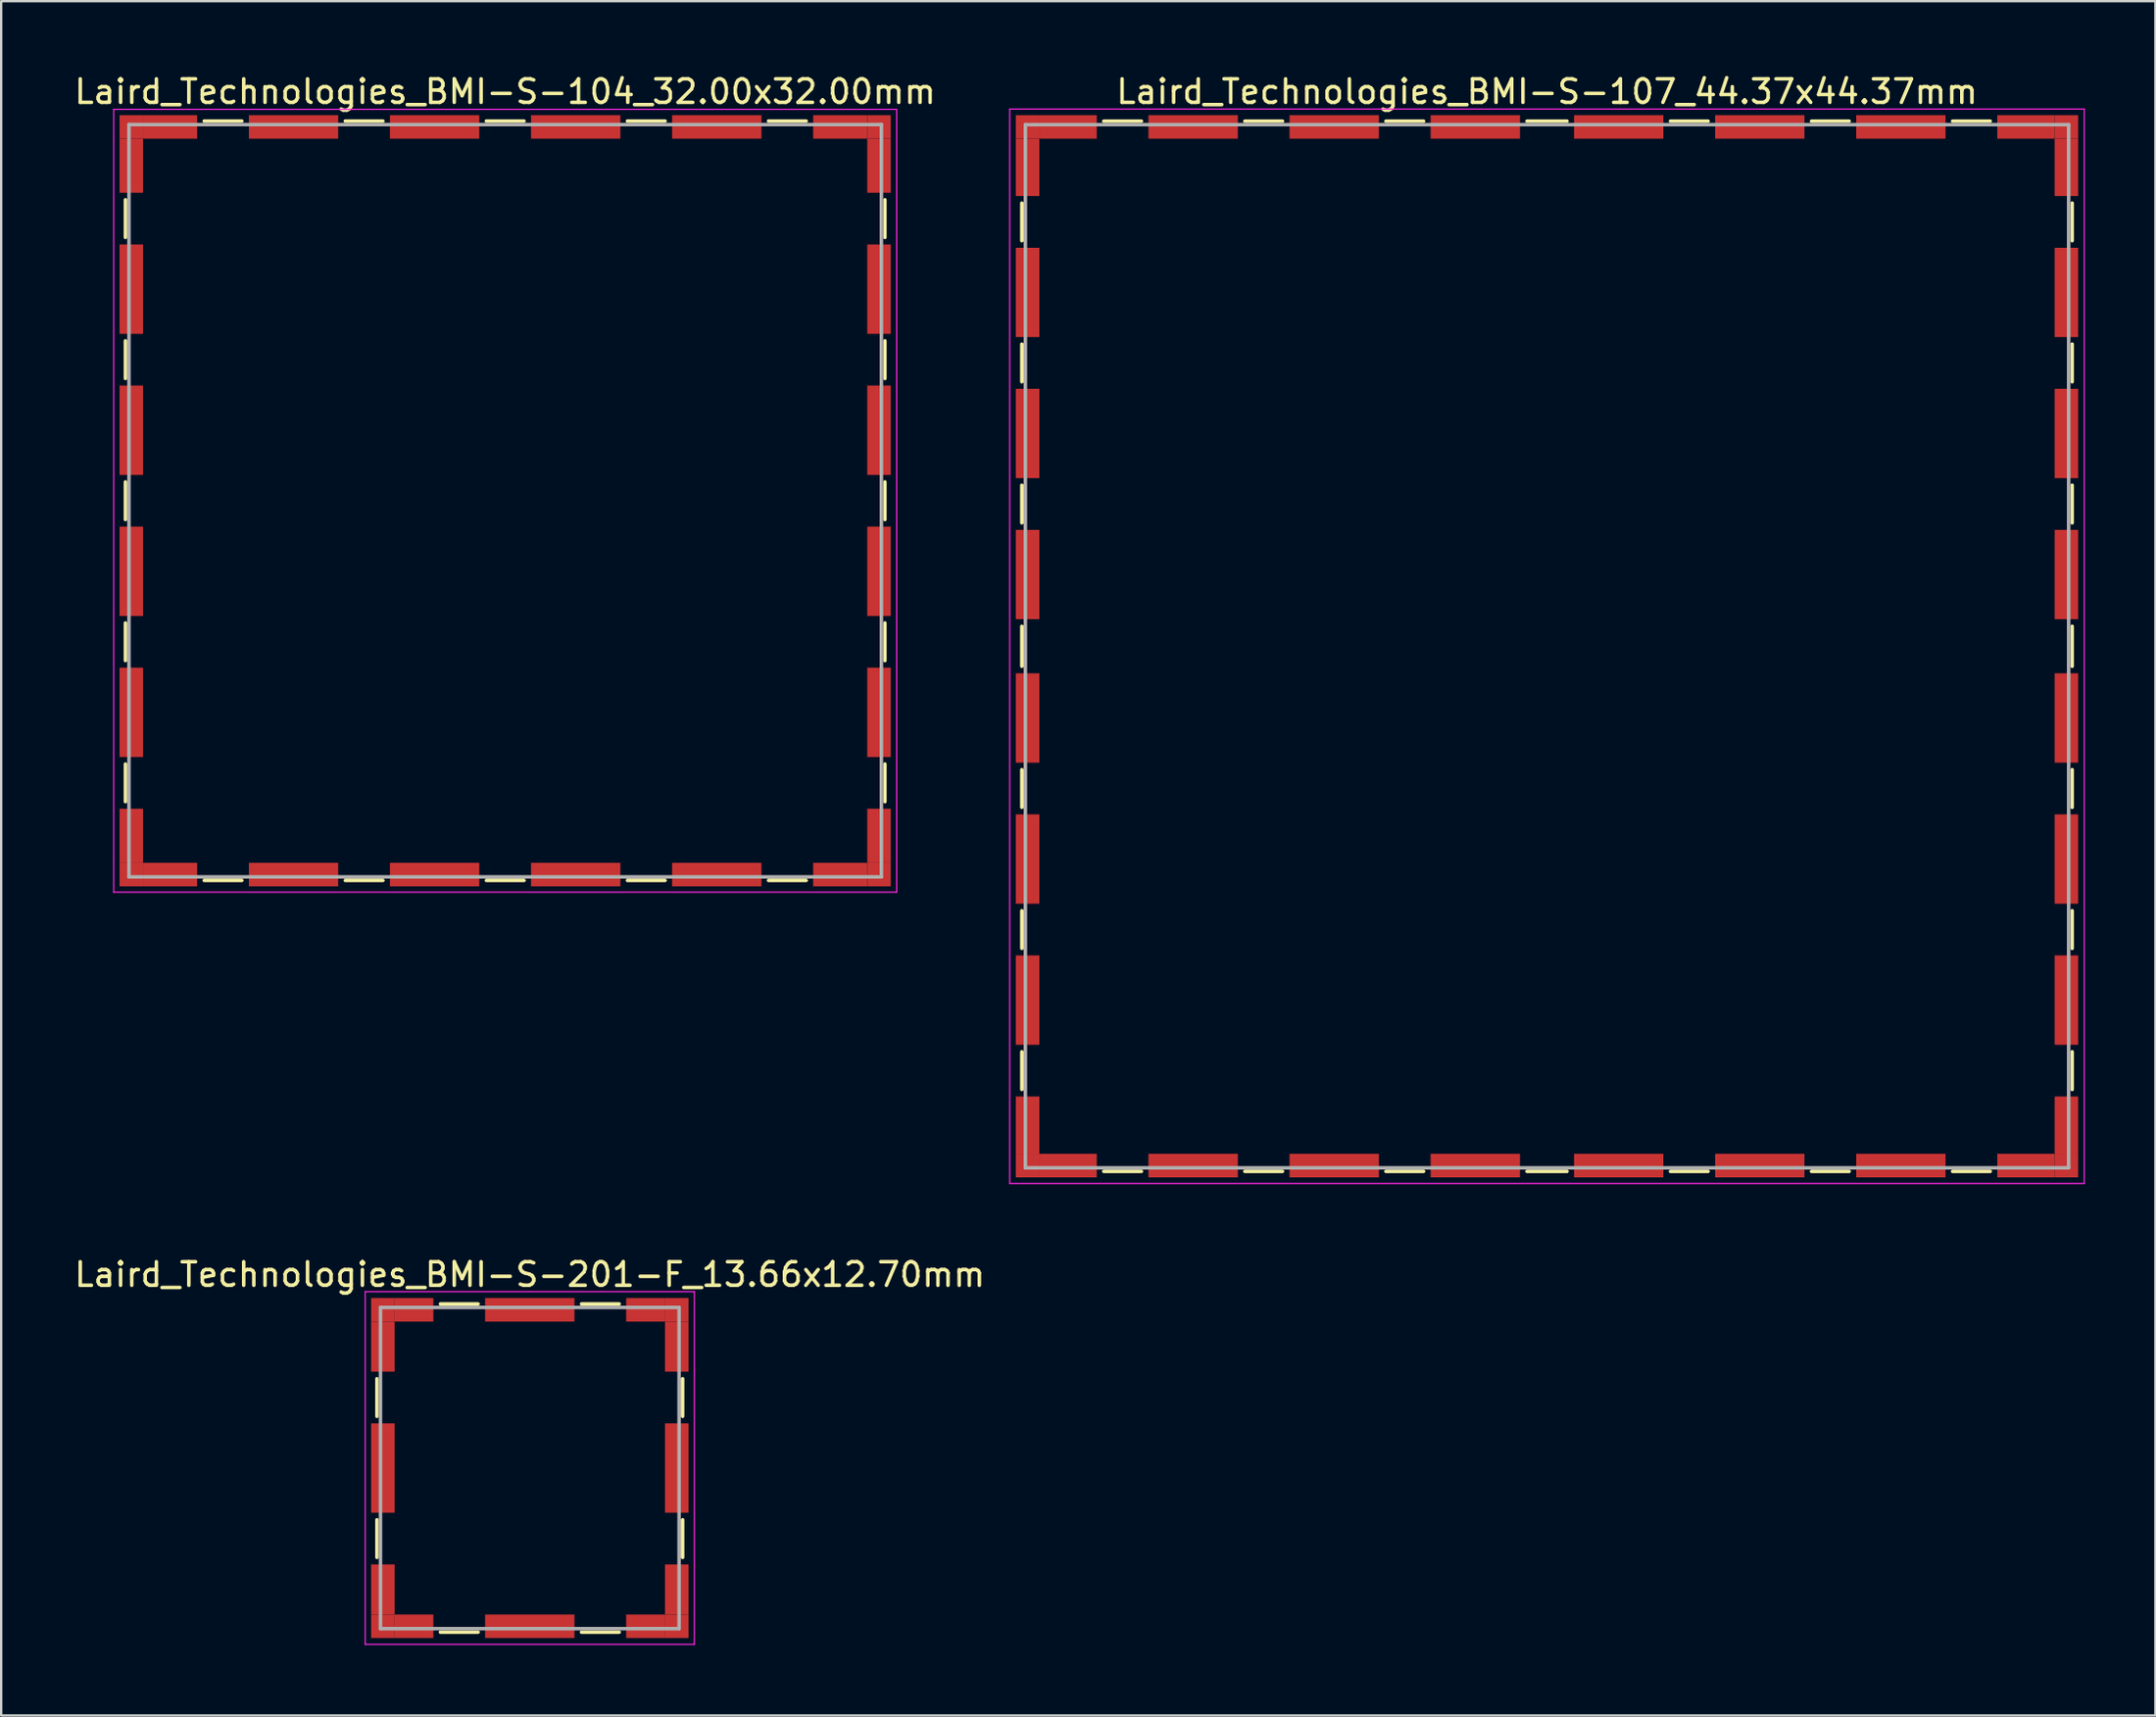
<source format=kicad_pcb>
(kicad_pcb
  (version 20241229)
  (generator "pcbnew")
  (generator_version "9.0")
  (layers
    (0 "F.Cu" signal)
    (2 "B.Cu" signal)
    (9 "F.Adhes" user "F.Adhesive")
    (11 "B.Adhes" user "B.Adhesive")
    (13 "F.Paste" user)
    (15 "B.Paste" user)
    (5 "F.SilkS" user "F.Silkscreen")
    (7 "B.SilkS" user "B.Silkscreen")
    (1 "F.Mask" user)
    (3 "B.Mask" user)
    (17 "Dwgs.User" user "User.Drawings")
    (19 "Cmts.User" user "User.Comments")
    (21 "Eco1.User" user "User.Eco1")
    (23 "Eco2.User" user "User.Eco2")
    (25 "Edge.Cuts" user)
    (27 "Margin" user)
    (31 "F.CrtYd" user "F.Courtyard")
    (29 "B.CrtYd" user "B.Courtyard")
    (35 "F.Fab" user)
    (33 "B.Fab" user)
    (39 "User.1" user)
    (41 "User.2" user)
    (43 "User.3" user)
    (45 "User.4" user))
  (footprint "Laird_Technologies_BMI-S-201-F_13.66x12.70mm"
    (layer "F.Cu")
    (at 19.482 59.392)
    (property "Reference" "Laird_Technologies_BMI-S-201-F_13.66x12.70mm" (at 0 -8.23 0) (layer "F.SilkS") (effects (font (size 1 1) (thickness 0.15))))
    (attr smd)
    (fp_line (start -6.5 -3.8) (end -6.5 -2.2) (stroke (width 0.15) (type solid)) (layer "F.SilkS"))
    (fp_line (start -6.5 2.2) (end -6.5 3.8) (stroke (width 0.15) (type solid)) (layer "F.SilkS"))
    (fp_line (start -3.8 -6.98) (end -2.2 -6.98) (stroke (width 0.15) (type solid)) (layer "F.SilkS"))
    (fp_line (start -3.8 6.98) (end -2.2 6.98) (stroke (width 0.15) (type solid)) (layer "F.SilkS"))
    (fp_line (start 2.2 -6.98) (end 3.8 -6.98) (stroke (width 0.15) (type solid)) (layer "F.SilkS"))
    (fp_line (start 2.2 6.98) (end 3.8 6.98) (stroke (width 0.15) (type solid)) (layer "F.SilkS"))
    (fp_line (start 6.5 -3.8) (end 6.5 -2.2) (stroke (width 0.15) (type solid)) (layer "F.SilkS"))
    (fp_line (start 6.5 2.2) (end 6.5 3.8) (stroke (width 0.15) (type solid)) (layer "F.SilkS"))
    (fp_line (start -7 -7.5) (end -7 7.5) (stroke (width 0.05) (type solid)) (layer "F.CrtYd"))
    (fp_line (start -7 7.5) (end 7 7.5) (stroke (width 0.05) (type solid)) (layer "F.CrtYd"))
    (fp_line (start 7 -7.5) (end -7 -7.5) (stroke (width 0.05) (type solid)) (layer "F.CrtYd"))
    (fp_line (start 7 7.5) (end 7 -7.5) (stroke (width 0.05) (type solid)) (layer "F.CrtYd"))
    (fp_line (start -6.35 -6.83) (end -6.35 6.83) (stroke (width 0.15) (type solid)) (layer "F.Fab"))
    (fp_line (start -6.35 6.83) (end 6.35 6.83) (stroke (width 0.15) (type solid)) (layer "F.Fab"))
    (fp_line (start 6.35 -6.83) (end -6.35 -6.83) (stroke (width 0.15) (type solid)) (layer "F.Fab"))
    (fp_line (start 6.35 6.83) (end 6.35 -6.83) (stroke (width 0.15) (type solid)) (layer "F.Fab"))
    (pad "1" smd rect (at -6.25 -6.73) (size 1 1) (layers "F.Cu" "F.Mask"))
    (pad "1" smd rect (at -6.25 -5.165) (size 1 2.13) (layers "F.Cu" "F.Mask"))
    (pad "1" smd rect (at -6.25 0) (size 1 3.8) (layers "F.Cu" "F.Mask"))
    (pad "1" smd rect (at -6.25 5.165) (size 1 2.13) (layers "F.Cu" "F.Mask"))
    (pad "1" smd rect (at -6.25 6.73) (size 1 1) (layers "F.Cu" "F.Mask"))
    (pad "1" smd rect (at -4.925 -6.73) (size 1.65 1) (layers "F.Cu" "F.Mask"))
    (pad "1" smd rect (at -4.925 6.73) (size 1.65 1) (layers "F.Cu" "F.Mask"))
    (pad "1" smd rect (at 0 -6.73) (size 3.8 1) (layers "F.Cu" "F.Mask"))
    (pad "1" smd rect (at 0 6.73) (size 3.8 1) (layers "F.Cu" "F.Mask"))
    (pad "1" smd rect (at 4.925 -6.73) (size 1.65 1) (layers "F.Cu" "F.Mask"))
    (pad "1" smd rect (at 4.925 6.73) (size 1.65 1) (layers "F.Cu" "F.Mask"))
    (pad "1" smd rect (at 6.25 -6.73) (size 1 1) (layers "F.Cu" "F.Mask"))
    (pad "1" smd rect (at 6.25 -5.165) (size 1 2.13) (layers "F.Cu" "F.Mask"))
    (pad "1" smd rect (at 6.25 0) (size 1 3.8) (layers "F.Cu" "F.Mask"))
    (pad "1" smd rect (at 6.25 5.165) (size 1 2.13) (layers "F.Cu" "F.Mask"))
    (pad "1" smd rect (at 6.25 6.73) (size 1 1) (layers "F.Cu" "F.Mask")))
  (footprint "Laird_Technologies_BMI-S-104_32.00x32.00mm"
    (layer "F.Cu")
    (at 18.435 18.248)
    (property "Reference" "Laird_Technologies_BMI-S-104_32.00x32.00mm" (at 0 -17.4 0) (layer "F.SilkS") (effects (font (size 1 1) (thickness 0.15))))
    (attr smd)
    (fp_line (start -16.15 -12.8) (end -16.15 -11.2) (stroke (width 0.15) (type solid)) (layer "F.SilkS"))
    (fp_line (start -16.15 -6.8) (end -16.15 -5.2) (stroke (width 0.15) (type solid)) (layer "F.SilkS"))
    (fp_line (start -16.15 -0.8) (end -16.15 0.8) (stroke (width 0.15) (type solid)) (layer "F.SilkS"))
    (fp_line (start -16.15 5.2) (end -16.15 6.8) (stroke (width 0.15) (type solid)) (layer "F.SilkS"))
    (fp_line (start -16.15 11.2) (end -16.15 12.8) (stroke (width 0.15) (type solid)) (layer "F.SilkS"))
    (fp_line (start -12.8 -16.15) (end -11.2 -16.15) (stroke (width 0.15) (type solid)) (layer "F.SilkS"))
    (fp_line (start -12.8 16.15) (end -11.2 16.15) (stroke (width 0.15) (type solid)) (layer "F.SilkS"))
    (fp_line (start -6.8 -16.15) (end -5.2 -16.15) (stroke (width 0.15) (type solid)) (layer "F.SilkS"))
    (fp_line (start -6.8 16.15) (end -5.2 16.15) (stroke (width 0.15) (type solid)) (layer "F.SilkS"))
    (fp_line (start -0.8 -16.15) (end 0.8 -16.15) (stroke (width 0.15) (type solid)) (layer "F.SilkS"))
    (fp_line (start -0.8 16.15) (end 0.8 16.15) (stroke (width 0.15) (type solid)) (layer "F.SilkS"))
    (fp_line (start 5.2 -16.15) (end 6.8 -16.15) (stroke (width 0.15) (type solid)) (layer "F.SilkS"))
    (fp_line (start 5.2 16.15) (end 6.8 16.15) (stroke (width 0.15) (type solid)) (layer "F.SilkS"))
    (fp_line (start 11.2 -16.15) (end 12.8 -16.15) (stroke (width 0.15) (type solid)) (layer "F.SilkS"))
    (fp_line (start 11.2 16.15) (end 12.8 16.15) (stroke (width 0.15) (type solid)) (layer "F.SilkS"))
    (fp_line (start 16.15 -12.8) (end 16.15 -11.2) (stroke (width 0.15) (type solid)) (layer "F.SilkS"))
    (fp_line (start 16.15 -6.8) (end 16.15 -5.2) (stroke (width 0.15) (type solid)) (layer "F.SilkS"))
    (fp_line (start 16.15 -0.8) (end 16.15 0.8) (stroke (width 0.15) (type solid)) (layer "F.SilkS"))
    (fp_line (start 16.15 5.2) (end 16.15 6.8) (stroke (width 0.15) (type solid)) (layer "F.SilkS"))
    (fp_line (start 16.15 11.2) (end 16.15 12.8) (stroke (width 0.15) (type solid)) (layer "F.SilkS"))
    (fp_line (start -16.65 -16.65) (end -16.65 16.65) (stroke (width 0.05) (type solid)) (layer "F.CrtYd"))
    (fp_line (start -16.65 16.65) (end 16.65 16.65) (stroke (width 0.05) (type solid)) (layer "F.CrtYd"))
    (fp_line (start 16.65 -16.65) (end -16.65 -16.65) (stroke (width 0.05) (type solid)) (layer "F.CrtYd"))
    (fp_line (start 16.65 16.65) (end 16.65 -16.65) (stroke (width 0.05) (type solid)) (layer "F.CrtYd"))
    (fp_line (start -16 -16) (end -16 16) (stroke (width 0.15) (type solid)) (layer "F.Fab"))
    (fp_line (start -16 16) (end 16 16) (stroke (width 0.15) (type solid)) (layer "F.Fab"))
    (fp_line (start 16 -16) (end -16 -16) (stroke (width 0.15) (type solid)) (layer "F.Fab"))
    (fp_line (start 16 16) (end 16 -16) (stroke (width 0.15) (type solid)) (layer "F.Fab"))
    (pad "1" smd rect (at -15.9 -15.9) (size 1 1) (layers "F.Cu" "F.Mask"))
    (pad "1" smd rect (at -15.9 -14.25) (size 1 2.3) (layers "F.Cu" "F.Mask"))
    (pad "1" smd rect (at -15.9 -9) (size 1 3.8) (layers "F.Cu" "F.Mask"))
    (pad "1" smd rect (at -15.9 -3) (size 1 3.8) (layers "F.Cu" "F.Mask"))
    (pad "1" smd rect (at -15.9 3) (size 1 3.8) (layers "F.Cu" "F.Mask"))
    (pad "1" smd rect (at -15.9 9) (size 1 3.8) (layers "F.Cu" "F.Mask"))
    (pad "1" smd rect (at -15.9 14.25) (size 1 2.3) (layers "F.Cu" "F.Mask"))
    (pad "1" smd rect (at -15.9 15.9) (size 1 1) (layers "F.Cu" "F.Mask"))
    (pad "1" smd rect (at -14.25 -15.9) (size 2.3 1) (layers "F.Cu" "F.Mask"))
    (pad "1" smd rect (at -14.25 15.9) (size 2.3 1) (layers "F.Cu" "F.Mask"))
    (pad "1" smd rect (at -9 -15.9) (size 3.8 1) (layers "F.Cu" "F.Mask"))
    (pad "1" smd rect (at -9 15.9) (size 3.8 1) (layers "F.Cu" "F.Mask"))
    (pad "1" smd rect (at -3 -15.9) (size 3.8 1) (layers "F.Cu" "F.Mask"))
    (pad "1" smd rect (at -3 15.9) (size 3.8 1) (layers "F.Cu" "F.Mask"))
    (pad "1" smd rect (at 3 -15.9) (size 3.8 1) (layers "F.Cu" "F.Mask"))
    (pad "1" smd rect (at 3 15.9) (size 3.8 1) (layers "F.Cu" "F.Mask"))
    (pad "1" smd rect (at 9 -15.9) (size 3.8 1) (layers "F.Cu" "F.Mask"))
    (pad "1" smd rect (at 9 15.9) (size 3.8 1) (layers "F.Cu" "F.Mask"))
    (pad "1" smd rect (at 14.25 -15.9) (size 2.3 1) (layers "F.Cu" "F.Mask"))
    (pad "1" smd rect (at 14.25 15.9) (size 2.3 1) (layers "F.Cu" "F.Mask"))
    (pad "1" smd rect (at 15.9 -15.9) (size 1 1) (layers "F.Cu" "F.Mask"))
    (pad "1" smd rect (at 15.9 -14.25) (size 1 2.3) (layers "F.Cu" "F.Mask"))
    (pad "1" smd rect (at 15.9 -9) (size 1 3.8) (layers "F.Cu" "F.Mask"))
    (pad "1" smd rect (at 15.9 -3) (size 1 3.8) (layers "F.Cu" "F.Mask"))
    (pad "1" smd rect (at 15.9 3) (size 1 3.8) (layers "F.Cu" "F.Mask"))
    (pad "1" smd rect (at 15.9 9) (size 1 3.8) (layers "F.Cu" "F.Mask"))
    (pad "1" smd rect (at 15.9 14.25) (size 1 2.3) (layers "F.Cu" "F.Mask"))
    (pad "1" smd rect (at 15.9 15.9) (size 1 1) (layers "F.Cu" "F.Mask")))
  (footprint "Laird_Technologies_BMI-S-107_44.37x44.37mm"
    (layer "F.Cu")
    (at 62.744 24.438)
    (property "Reference" "Laird_Technologies_BMI-S-107_44.37x44.37mm" (at 0 -23.59 0) (layer "F.SilkS") (effects (font (size 1 1) (thickness 0.15))))
    (attr smd)
    (fp_line (start -22.335 -18.85) (end -22.335 -17.25) (stroke (width 0.15) (type solid)) (layer "F.SilkS"))
    (fp_line (start -22.335 -12.85) (end -22.335 -11.25) (stroke (width 0.15) (type solid)) (layer "F.SilkS"))
    (fp_line (start -22.335 -6.85) (end -22.335 -5.25) (stroke (width 0.15) (type solid)) (layer "F.SilkS"))
    (fp_line (start -22.335 -0.85) (end -22.335 0.85) (stroke (width 0.15) (type solid)) (layer "F.SilkS"))
    (fp_line (start -22.335 5.25) (end -22.335 6.85) (stroke (width 0.15) (type solid)) (layer "F.SilkS"))
    (fp_line (start -22.335 11.25) (end -22.335 12.85) (stroke (width 0.15) (type solid)) (layer "F.SilkS"))
    (fp_line (start -22.335 17.25) (end -22.335 18.85) (stroke (width 0.15) (type solid)) (layer "F.SilkS"))
    (fp_line (start -18.85 -22.335) (end -17.25 -22.335) (stroke (width 0.15) (type solid)) (layer "F.SilkS"))
    (fp_line (start -18.85 22.335) (end -17.25 22.335) (stroke (width 0.15) (type solid)) (layer "F.SilkS"))
    (fp_line (start -12.85 -22.335) (end -11.25 -22.335) (stroke (width 0.15) (type solid)) (layer "F.SilkS"))
    (fp_line (start -12.85 22.335) (end -11.25 22.335) (stroke (width 0.15) (type solid)) (layer "F.SilkS"))
    (fp_line (start -6.85 -22.335) (end -5.25 -22.335) (stroke (width 0.15) (type solid)) (layer "F.SilkS"))
    (fp_line (start -6.85 22.335) (end -5.25 22.335) (stroke (width 0.15) (type solid)) (layer "F.SilkS"))
    (fp_line (start -0.85 -22.335) (end 0.85 -22.335) (stroke (width 0.15) (type solid)) (layer "F.SilkS"))
    (fp_line (start -0.85 22.335) (end 0.85 22.335) (stroke (width 0.15) (type solid)) (layer "F.SilkS"))
    (fp_line (start 5.25 -22.335) (end 6.85 -22.335) (stroke (width 0.15) (type solid)) (layer "F.SilkS"))
    (fp_line (start 5.25 22.335) (end 6.85 22.335) (stroke (width 0.15) (type solid)) (layer "F.SilkS"))
    (fp_line (start 11.25 -22.335) (end 12.85 -22.335) (stroke (width 0.15) (type solid)) (layer "F.SilkS"))
    (fp_line (start 11.25 22.335) (end 12.85 22.335) (stroke (width 0.15) (type solid)) (layer "F.SilkS"))
    (fp_line (start 17.25 -22.335) (end 18.85 -22.335) (stroke (width 0.15) (type solid)) (layer "F.SilkS"))
    (fp_line (start 17.25 22.335) (end 18.85 22.335) (stroke (width 0.15) (type solid)) (layer "F.SilkS"))
    (fp_line (start 22.335 -18.85) (end 22.335 -17.25) (stroke (width 0.15) (type solid)) (layer "F.SilkS"))
    (fp_line (start 22.335 -12.85) (end 22.335 -11.25) (stroke (width 0.15) (type solid)) (layer "F.SilkS"))
    (fp_line (start 22.335 -6.85) (end 22.335 -5.25) (stroke (width 0.15) (type solid)) (layer "F.SilkS"))
    (fp_line (start 22.335 -0.85) (end 22.335 0.85) (stroke (width 0.15) (type solid)) (layer "F.SilkS"))
    (fp_line (start 22.335 5.25) (end 22.335 6.85) (stroke (width 0.15) (type solid)) (layer "F.SilkS"))
    (fp_line (start 22.335 11.25) (end 22.335 12.85) (stroke (width 0.15) (type solid)) (layer "F.SilkS"))
    (fp_line (start 22.335 17.25) (end 22.335 18.85) (stroke (width 0.15) (type solid)) (layer "F.SilkS"))
    (fp_line (start -22.85 -22.85) (end -22.85 22.85) (stroke (width 0.05) (type solid)) (layer "F.CrtYd"))
    (fp_line (start -22.85 22.85) (end 22.85 22.85) (stroke (width 0.05) (type solid)) (layer "F.CrtYd"))
    (fp_line (start 22.85 -22.85) (end -22.85 -22.85) (stroke (width 0.05) (type solid)) (layer "F.CrtYd"))
    (fp_line (start 22.85 22.85) (end 22.85 -22.85) (stroke (width 0.05) (type solid)) (layer "F.CrtYd"))
    (fp_line (start -22.185 -22.185) (end -22.185 22.185) (stroke (width 0.15) (type solid)) (layer "F.Fab"))
    (fp_line (start -22.185 22.185) (end 22.185 22.185) (stroke (width 0.15) (type solid)) (layer "F.Fab"))
    (fp_line (start 22.185 -22.185) (end -22.185 -22.185) (stroke (width 0.15) (type solid)) (layer "F.Fab"))
    (fp_line (start 22.185 22.185) (end 22.185 -22.185) (stroke (width 0.15) (type solid)) (layer "F.Fab"))
    (pad "1" smd rect (at -22.09 -22.09) (size 1 1) (layers "F.Cu" "F.Mask"))
    (pad "1" smd rect (at -22.09 -20.37) (size 1 2.44) (layers "F.Cu" "F.Mask"))
    (pad "1" smd rect (at -22.09 -15.05) (size 1 3.8) (layers "F.Cu" "F.Mask"))
    (pad "1" smd rect (at -22.09 -9.05) (size 1 3.8) (layers "F.Cu" "F.Mask"))
    (pad "1" smd rect (at -22.09 -3.05) (size 1 3.8) (layers "F.Cu" "F.Mask"))
    (pad "1" smd rect (at -22.09 3.05) (size 1 3.8) (layers "F.Cu" "F.Mask"))
    (pad "1" smd rect (at -22.09 9.05) (size 1 3.8) (layers "F.Cu" "F.Mask"))
    (pad "1" smd rect (at -22.09 15.05) (size 1 3.8) (layers "F.Cu" "F.Mask"))
    (pad "1" smd rect (at -22.09 20.37) (size 1 2.44) (layers "F.Cu" "F.Mask"))
    (pad "1" smd rect (at -22.09 22.09) (size 1 1) (layers "F.Cu" "F.Mask"))
    (pad "1" smd rect (at -20.37 -22.09) (size 2.44 1) (layers "F.Cu" "F.Mask"))
    (pad "1" smd rect (at -20.37 22.09) (size 2.44 1) (layers "F.Cu" "F.Mask"))
    (pad "1" smd rect (at -15.05 -22.09) (size 3.8 1) (layers "F.Cu" "F.Mask"))
    (pad "1" smd rect (at -15.05 22.09) (size 3.8 1) (layers "F.Cu" "F.Mask"))
    (pad "1" smd rect (at -9.05 -22.09) (size 3.8 1) (layers "F.Cu" "F.Mask"))
    (pad "1" smd rect (at -9.05 22.09) (size 3.8 1) (layers "F.Cu" "F.Mask"))
    (pad "1" smd rect (at -3.05 -22.09) (size 3.8 1) (layers "F.Cu" "F.Mask"))
    (pad "1" smd rect (at -3.05 22.09) (size 3.8 1) (layers "F.Cu" "F.Mask"))
    (pad "1" smd rect (at 3.05 -22.09) (size 3.8 1) (layers "F.Cu" "F.Mask"))
    (pad "1" smd rect (at 3.05 22.09) (size 3.8 1) (layers "F.Cu" "F.Mask"))
    (pad "1" smd rect (at 9.05 -22.09) (size 3.8 1) (layers "F.Cu" "F.Mask"))
    (pad "1" smd rect (at 9.05 22.09) (size 3.8 1) (layers "F.Cu" "F.Mask"))
    (pad "1" smd rect (at 15.05 -22.09) (size 3.8 1) (layers "F.Cu" "F.Mask"))
    (pad "1" smd rect (at 15.05 22.09) (size 3.8 1) (layers "F.Cu" "F.Mask"))
    (pad "1" smd rect (at 20.37 -22.09) (size 2.44 1) (layers "F.Cu" "F.Mask"))
    (pad "1" smd rect (at 20.37 22.09) (size 2.44 1) (layers "F.Cu" "F.Mask"))
    (pad "1" smd rect (at 22.09 -22.09) (size 1 1) (layers "F.Cu" "F.Mask"))
    (pad "1" smd rect (at 22.09 -20.37) (size 1 2.44) (layers "F.Cu" "F.Mask"))
    (pad "1" smd rect (at 22.09 -15.05) (size 1 3.8) (layers "F.Cu" "F.Mask"))
    (pad "1" smd rect (at 22.09 -9.05) (size 1 3.8) (layers "F.Cu" "F.Mask"))
    (pad "1" smd rect (at 22.09 -3.05) (size 1 3.8) (layers "F.Cu" "F.Mask"))
    (pad "1" smd rect (at 22.09 3.05) (size 1 3.8) (layers "F.Cu" "F.Mask"))
    (pad "1" smd rect (at 22.09 9.05) (size 1 3.8) (layers "F.Cu" "F.Mask"))
    (pad "1" smd rect (at 22.09 15.05) (size 1 3.8) (layers "F.Cu" "F.Mask"))
    (pad "1" smd rect (at 22.09 20.37) (size 1 2.44) (layers "F.Cu" "F.Mask"))
    (pad "1" smd rect (at 22.09 22.09) (size 1 1) (layers "F.Cu" "F.Mask")))
  (gr_rect
    (start -3 -3)
    (end 88.619 69.916)
    (stroke (width 0.1) (type default))
    (fill no)
    (layer "Edge.Cuts")))
</source>
